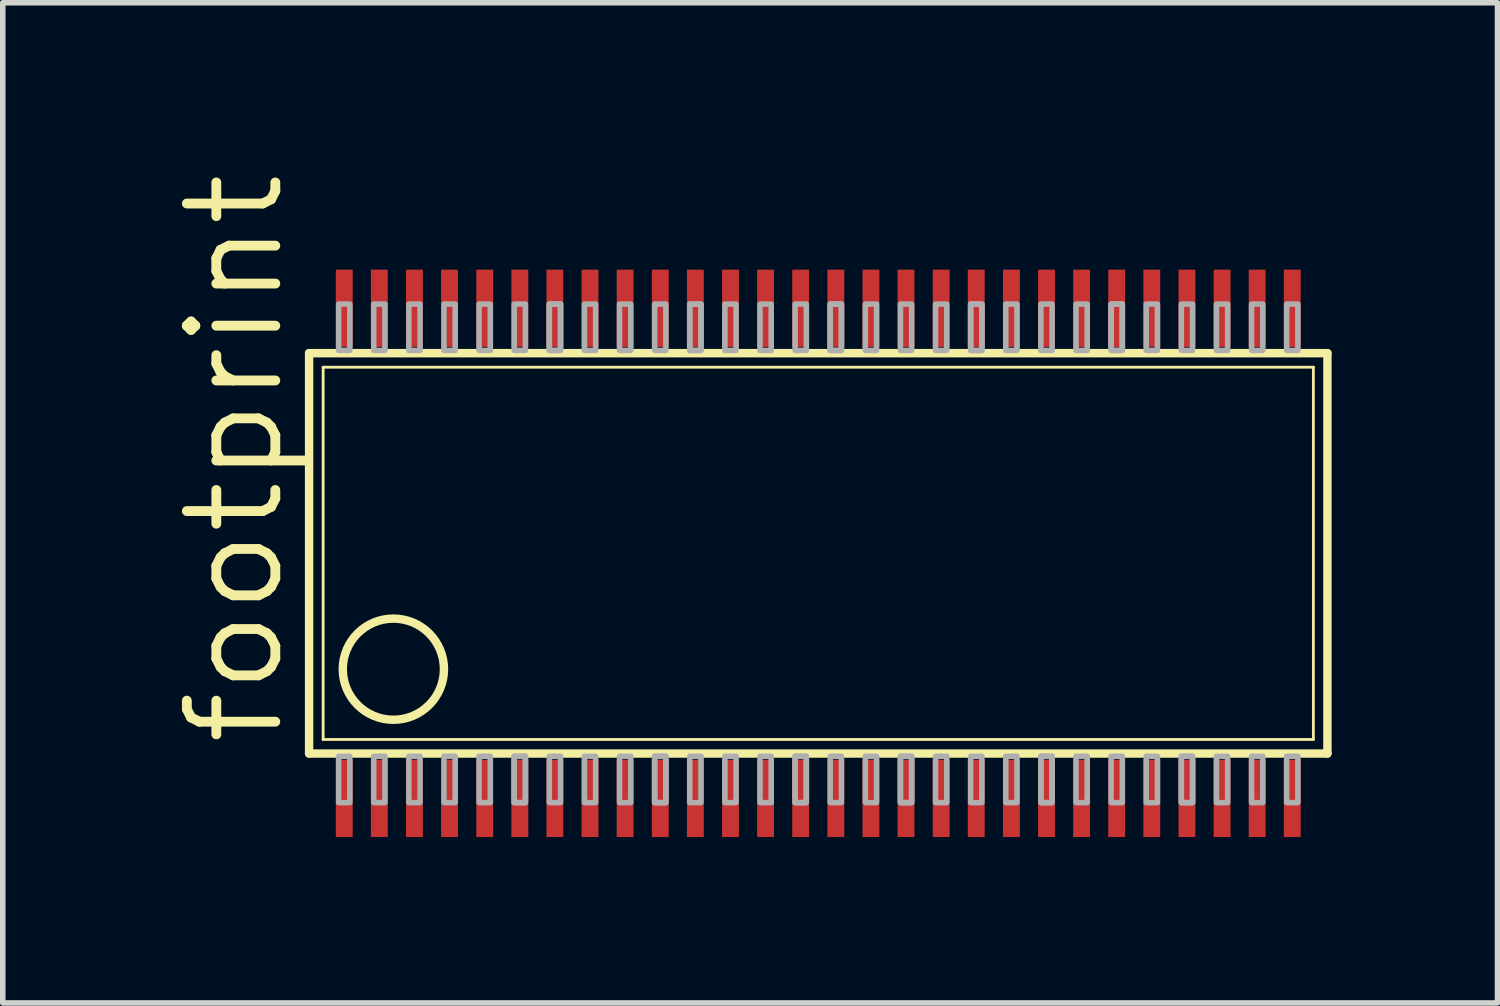
<source format=kicad_pcb>
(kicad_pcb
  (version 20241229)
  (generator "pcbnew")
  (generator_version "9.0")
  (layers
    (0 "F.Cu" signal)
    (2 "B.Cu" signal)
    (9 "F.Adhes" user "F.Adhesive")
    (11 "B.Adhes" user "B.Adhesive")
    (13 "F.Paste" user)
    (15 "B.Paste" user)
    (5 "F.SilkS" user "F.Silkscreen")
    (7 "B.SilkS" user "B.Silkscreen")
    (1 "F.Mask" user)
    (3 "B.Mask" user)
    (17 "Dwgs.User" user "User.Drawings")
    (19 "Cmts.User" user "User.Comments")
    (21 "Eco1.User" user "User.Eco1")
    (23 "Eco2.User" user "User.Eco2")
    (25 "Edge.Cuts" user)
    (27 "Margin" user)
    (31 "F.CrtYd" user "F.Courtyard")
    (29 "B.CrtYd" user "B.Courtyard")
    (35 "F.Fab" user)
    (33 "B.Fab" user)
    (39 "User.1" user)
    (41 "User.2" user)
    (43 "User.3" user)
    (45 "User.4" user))
  (footprint "footprint"
    (layer "F.Cu")
    (at 11.748 6.957)
    (property "Reference" "footprint" (at -9.614 3.543 90) (layer "F.SilkS") (effects (font (size 1.6 1.6) (thickness 0.178)) (justify left bottom)))
    (fp_line (start -9.208 3.62) (end -9.208 -3.62) (stroke (width 0.152) (type solid)) (layer "F.SilkS"))
    (fp_line (start -9.208 3.62) (end 9.208 3.62) (stroke (width 0.152) (type solid)) (layer "F.SilkS"))
    (fp_line (start -8.954 3.366) (end -8.954 -3.366) (stroke (width 0.051) (type solid)) (layer "F.SilkS"))
    (fp_line (start -8.954 3.366) (end 8.954 3.366) (stroke (width 0.051) (type solid)) (layer "F.SilkS"))
    (fp_line (start 8.954 -3.366) (end -8.954 -3.366) (stroke (width 0.051) (type solid)) (layer "F.SilkS"))
    (fp_line (start 8.954 -3.366) (end 8.954 3.366) (stroke (width 0.051) (type solid)) (layer "F.SilkS"))
    (fp_line (start 9.208 -3.62) (end -9.208 -3.62) (stroke (width 0.152) (type solid)) (layer "F.SilkS"))
    (fp_line (start 9.208 3.62) (end 9.208 -3.62) (stroke (width 0.152) (type solid)) (layer "F.SilkS"))
    (fp_circle (center -7.684 2.095) (end -6.769 2.095) (stroke (width 0.152) (type solid)) (fill no) (layer "F.SilkS"))
    (fp_poly (pts (xy -8.674 -3.67) (xy -8.471 -3.67) (xy -8.471 -4.508) (xy -8.674 -4.508)) (stroke (width 0.1) (type solid)) (fill no) (layer "F.Fab"))
    (fp_poly (pts (xy -8.674 4.508) (xy -8.471 4.508) (xy -8.471 3.67) (xy -8.674 3.67)) (stroke (width 0.1) (type solid)) (fill no) (layer "F.Fab"))
    (fp_poly (pts (xy -8.039 -3.67) (xy -7.836 -3.67) (xy -7.836 -4.508) (xy -8.039 -4.508)) (stroke (width 0.1) (type solid)) (fill no) (layer "F.Fab"))
    (fp_poly (pts (xy -8.039 4.508) (xy -7.836 4.508) (xy -7.836 3.67) (xy -8.039 3.67)) (stroke (width 0.1) (type solid)) (fill no) (layer "F.Fab"))
    (fp_poly (pts (xy -7.404 -3.67) (xy -7.201 -3.67) (xy -7.201 -4.508) (xy -7.404 -4.508)) (stroke (width 0.1) (type solid)) (fill no) (layer "F.Fab"))
    (fp_poly (pts (xy -7.404 4.508) (xy -7.201 4.508) (xy -7.201 3.67) (xy -7.404 3.67)) (stroke (width 0.1) (type solid)) (fill no) (layer "F.Fab"))
    (fp_poly (pts (xy -6.769 -3.67) (xy -6.566 -3.67) (xy -6.566 -4.508) (xy -6.769 -4.508)) (stroke (width 0.1) (type solid)) (fill no) (layer "F.Fab"))
    (fp_poly (pts (xy -6.769 4.508) (xy -6.566 4.508) (xy -6.566 3.67) (xy -6.769 3.67)) (stroke (width 0.1) (type solid)) (fill no) (layer "F.Fab"))
    (fp_poly (pts (xy -6.134 -3.67) (xy -5.931 -3.67) (xy -5.931 -4.508) (xy -6.134 -4.508)) (stroke (width 0.1) (type solid)) (fill no) (layer "F.Fab"))
    (fp_poly (pts (xy -6.134 4.508) (xy -5.931 4.508) (xy -5.931 3.67) (xy -6.134 3.67)) (stroke (width 0.1) (type solid)) (fill no) (layer "F.Fab"))
    (fp_poly (pts (xy -5.499 -3.67) (xy -5.296 -3.67) (xy -5.296 -4.508) (xy -5.499 -4.508)) (stroke (width 0.1) (type solid)) (fill no) (layer "F.Fab"))
    (fp_poly (pts (xy -5.499 4.508) (xy -5.296 4.508) (xy -5.296 3.67) (xy -5.499 3.67)) (stroke (width 0.1) (type solid)) (fill no) (layer "F.Fab"))
    (fp_poly (pts (xy -5.499 4.508) (xy -5.296 4.508) (xy -5.296 3.67) (xy -5.499 3.67)) (stroke (width 0.1) (type solid)) (fill no) (layer "F.Fab"))
    (fp_poly (pts (xy -4.864 -3.67) (xy -4.661 -3.67) (xy -4.661 -4.508) (xy -4.864 -4.508)) (stroke (width 0.1) (type solid)) (fill no) (layer "F.Fab"))
    (fp_poly (pts (xy -4.864 -3.67) (xy -4.661 -3.67) (xy -4.661 -4.508) (xy -4.864 -4.508)) (stroke (width 0.1) (type solid)) (fill no) (layer "F.Fab"))
    (fp_poly (pts (xy -4.864 4.508) (xy -4.661 4.508) (xy -4.661 3.67) (xy -4.864 3.67)) (stroke (width 0.1) (type solid)) (fill no) (layer "F.Fab"))
    (fp_poly (pts (xy -4.229 -3.67) (xy -4.026 -3.67) (xy -4.026 -4.508) (xy -4.229 -4.508)) (stroke (width 0.1) (type solid)) (fill no) (layer "F.Fab"))
    (fp_poly (pts (xy -4.229 4.508) (xy -4.026 4.508) (xy -4.026 3.67) (xy -4.229 3.67)) (stroke (width 0.1) (type solid)) (fill no) (layer "F.Fab"))
    (fp_poly (pts (xy -3.594 -3.67) (xy -3.391 -3.67) (xy -3.391 -4.508) (xy -3.594 -4.508)) (stroke (width 0.1) (type solid)) (fill no) (layer "F.Fab"))
    (fp_poly (pts (xy -3.594 4.508) (xy -3.391 4.508) (xy -3.391 3.67) (xy -3.594 3.67)) (stroke (width 0.1) (type solid)) (fill no) (layer "F.Fab"))
    (fp_poly (pts (xy -2.959 -3.67) (xy -2.756 -3.67) (xy -2.756 -4.508) (xy -2.959 -4.508)) (stroke (width 0.1) (type solid)) (fill no) (layer "F.Fab"))
    (fp_poly (pts (xy -2.959 4.508) (xy -2.756 4.508) (xy -2.756 3.67) (xy -2.959 3.67)) (stroke (width 0.1) (type solid)) (fill no) (layer "F.Fab"))
    (fp_poly (pts (xy -2.959 4.508) (xy -2.756 4.508) (xy -2.756 3.67) (xy -2.959 3.67)) (stroke (width 0.1) (type solid)) (fill no) (layer "F.Fab"))
    (fp_poly (pts (xy -2.324 -3.67) (xy -2.121 -3.67) (xy -2.121 -4.508) (xy -2.324 -4.508)) (stroke (width 0.1) (type solid)) (fill no) (layer "F.Fab"))
    (fp_poly (pts (xy -2.324 -3.67) (xy -2.121 -3.67) (xy -2.121 -4.508) (xy -2.324 -4.508)) (stroke (width 0.1) (type solid)) (fill no) (layer "F.Fab"))
    (fp_poly (pts (xy -2.324 4.508) (xy -2.121 4.508) (xy -2.121 3.67) (xy -2.324 3.67)) (stroke (width 0.1) (type solid)) (fill no) (layer "F.Fab"))
    (fp_poly (pts (xy -1.689 -3.67) (xy -1.486 -3.67) (xy -1.486 -4.508) (xy -1.689 -4.508)) (stroke (width 0.1) (type solid)) (fill no) (layer "F.Fab"))
    (fp_poly (pts (xy -1.689 4.508) (xy -1.486 4.508) (xy -1.486 3.67) (xy -1.689 3.67)) (stroke (width 0.1) (type solid)) (fill no) (layer "F.Fab"))
    (fp_poly (pts (xy -1.054 -3.67) (xy -0.851 -3.67) (xy -0.851 -4.508) (xy -1.054 -4.508)) (stroke (width 0.1) (type solid)) (fill no) (layer "F.Fab"))
    (fp_poly (pts (xy -1.054 4.508) (xy -0.851 4.508) (xy -0.851 3.67) (xy -1.054 3.67)) (stroke (width 0.1) (type solid)) (fill no) (layer "F.Fab"))
    (fp_poly (pts (xy -0.419 -3.67) (xy -0.216 -3.67) (xy -0.216 -4.508) (xy -0.419 -4.508)) (stroke (width 0.1) (type solid)) (fill no) (layer "F.Fab"))
    (fp_poly (pts (xy -0.419 4.508) (xy -0.216 4.508) (xy -0.216 3.67) (xy -0.419 3.67)) (stroke (width 0.1) (type solid)) (fill no) (layer "F.Fab"))
    (fp_poly (pts (xy -0.419 4.508) (xy -0.216 4.508) (xy -0.216 3.67) (xy -0.419 3.67)) (stroke (width 0.1) (type solid)) (fill no) (layer "F.Fab"))
    (fp_poly (pts (xy 0.216 -3.67) (xy 0.419 -3.67) (xy 0.419 -4.508) (xy 0.216 -4.508)) (stroke (width 0.1) (type solid)) (fill no) (layer "F.Fab"))
    (fp_poly (pts (xy 0.216 -3.67) (xy 0.419 -3.67) (xy 0.419 -4.508) (xy 0.216 -4.508)) (stroke (width 0.1) (type solid)) (fill no) (layer "F.Fab"))
    (fp_poly (pts (xy 0.216 4.508) (xy 0.419 4.508) (xy 0.419 3.67) (xy 0.216 3.67)) (stroke (width 0.1) (type solid)) (fill no) (layer "F.Fab"))
    (fp_poly (pts (xy 0.851 -3.67) (xy 1.054 -3.67) (xy 1.054 -4.508) (xy 0.851 -4.508)) (stroke (width 0.1) (type solid)) (fill no) (layer "F.Fab"))
    (fp_poly (pts (xy 0.851 4.508) (xy 1.054 4.508) (xy 1.054 3.67) (xy 0.851 3.67)) (stroke (width 0.1) (type solid)) (fill no) (layer "F.Fab"))
    (fp_poly (pts (xy 1.486 -3.67) (xy 1.689 -3.67) (xy 1.689 -4.508) (xy 1.486 -4.508)) (stroke (width 0.1) (type solid)) (fill no) (layer "F.Fab"))
    (fp_poly (pts (xy 1.486 4.508) (xy 1.689 4.508) (xy 1.689 3.67) (xy 1.486 3.67)) (stroke (width 0.1) (type solid)) (fill no) (layer "F.Fab"))
    (fp_poly (pts (xy 1.486 4.508) (xy 1.689 4.508) (xy 1.689 3.67) (xy 1.486 3.67)) (stroke (width 0.1) (type solid)) (fill no) (layer "F.Fab"))
    (fp_poly (pts (xy 2.121 -3.67) (xy 2.324 -3.67) (xy 2.324 -4.508) (xy 2.121 -4.508)) (stroke (width 0.1) (type solid)) (fill no) (layer "F.Fab"))
    (fp_poly (pts (xy 2.121 4.508) (xy 2.324 4.508) (xy 2.324 3.67) (xy 2.121 3.67)) (stroke (width 0.1) (type solid)) (fill no) (layer "F.Fab"))
    (fp_poly (pts (xy 2.756 -3.67) (xy 2.959 -3.67) (xy 2.959 -4.508) (xy 2.756 -4.508)) (stroke (width 0.1) (type solid)) (fill no) (layer "F.Fab"))
    (fp_poly (pts (xy 2.756 -3.67) (xy 2.959 -3.67) (xy 2.959 -4.508) (xy 2.756 -4.508)) (stroke (width 0.1) (type solid)) (fill no) (layer "F.Fab"))
    (fp_poly (pts (xy 2.756 4.508) (xy 2.959 4.508) (xy 2.959 3.67) (xy 2.756 3.67)) (stroke (width 0.1) (type solid)) (fill no) (layer "F.Fab"))
    (fp_poly (pts (xy 3.391 -3.67) (xy 3.594 -3.67) (xy 3.594 -4.508) (xy 3.391 -4.508)) (stroke (width 0.1) (type solid)) (fill no) (layer "F.Fab"))
    (fp_poly (pts (xy 3.391 4.508) (xy 3.594 4.508) (xy 3.594 3.67) (xy 3.391 3.67)) (stroke (width 0.1) (type solid)) (fill no) (layer "F.Fab"))
    (fp_poly (pts (xy 4.026 -3.67) (xy 4.229 -3.67) (xy 4.229 -4.508) (xy 4.026 -4.508)) (stroke (width 0.1) (type solid)) (fill no) (layer "F.Fab"))
    (fp_poly (pts (xy 4.026 4.508) (xy 4.229 4.508) (xy 4.229 3.67) (xy 4.026 3.67)) (stroke (width 0.1) (type solid)) (fill no) (layer "F.Fab"))
    (fp_poly (pts (xy 4.026 4.508) (xy 4.229 4.508) (xy 4.229 3.67) (xy 4.026 3.67)) (stroke (width 0.1) (type solid)) (fill no) (layer "F.Fab"))
    (fp_poly (pts (xy 4.661 -3.67) (xy 4.864 -3.67) (xy 4.864 -4.508) (xy 4.661 -4.508)) (stroke (width 0.1) (type solid)) (fill no) (layer "F.Fab"))
    (fp_poly (pts (xy 4.661 4.508) (xy 4.864 4.508) (xy 4.864 3.67) (xy 4.661 3.67)) (stroke (width 0.1) (type solid)) (fill no) (layer "F.Fab"))
    (fp_poly (pts (xy 5.296 -3.67) (xy 5.499 -3.67) (xy 5.499 -4.508) (xy 5.296 -4.508)) (stroke (width 0.1) (type solid)) (fill no) (layer "F.Fab"))
    (fp_poly (pts (xy 5.296 -3.67) (xy 5.499 -3.67) (xy 5.499 -4.508) (xy 5.296 -4.508)) (stroke (width 0.1) (type solid)) (fill no) (layer "F.Fab"))
    (fp_poly (pts (xy 5.296 4.508) (xy 5.499 4.508) (xy 5.499 3.67) (xy 5.296 3.67)) (stroke (width 0.1) (type solid)) (fill no) (layer "F.Fab"))
    (fp_poly (pts (xy 5.931 -3.67) (xy 6.134 -3.67) (xy 6.134 -4.508) (xy 5.931 -4.508)) (stroke (width 0.1) (type solid)) (fill no) (layer "F.Fab"))
    (fp_poly (pts (xy 5.931 4.508) (xy 6.134 4.508) (xy 6.134 3.67) (xy 5.931 3.67)) (stroke (width 0.1) (type solid)) (fill no) (layer "F.Fab"))
    (fp_poly (pts (xy 6.566 -3.67) (xy 6.769 -3.67) (xy 6.769 -4.508) (xy 6.566 -4.508)) (stroke (width 0.1) (type solid)) (fill no) (layer "F.Fab"))
    (fp_poly (pts (xy 6.566 4.508) (xy 6.769 4.508) (xy 6.769 3.67) (xy 6.566 3.67)) (stroke (width 0.1) (type solid)) (fill no) (layer "F.Fab"))
    (fp_poly (pts (xy 6.566 4.508) (xy 6.769 4.508) (xy 6.769 3.67) (xy 6.566 3.67)) (stroke (width 0.1) (type solid)) (fill no) (layer "F.Fab"))
    (fp_poly (pts (xy 7.201 -3.67) (xy 7.404 -3.67) (xy 7.404 -4.508) (xy 7.201 -4.508)) (stroke (width 0.1) (type solid)) (fill no) (layer "F.Fab"))
    (fp_poly (pts (xy 7.201 4.508) (xy 7.404 4.508) (xy 7.404 3.67) (xy 7.201 3.67)) (stroke (width 0.1) (type solid)) (fill no) (layer "F.Fab"))
    (fp_poly (pts (xy 7.836 -3.67) (xy 8.039 -3.67) (xy 8.039 -4.508) (xy 7.836 -4.508)) (stroke (width 0.1) (type solid)) (fill no) (layer "F.Fab"))
    (fp_poly (pts (xy 7.836 4.508) (xy 8.039 4.508) (xy 8.039 3.67) (xy 7.836 3.67)) (stroke (width 0.1) (type solid)) (fill no) (layer "F.Fab"))
    (fp_poly (pts (xy 8.471 -3.67) (xy 8.674 -3.67) (xy 8.674 -4.508) (xy 8.471 -4.508)) (stroke (width 0.1) (type solid)) (fill no) (layer "F.Fab"))
    (fp_poly (pts (xy 8.471 4.508) (xy 8.674 4.508) (xy 8.674 3.67) (xy 8.471 3.67)) (stroke (width 0.1) (type solid)) (fill no) (layer "F.Fab"))
    (pad "1" smd rect (at -8.572 4.432) (size 0.305 1.397) (layers "F.Cu" "F.Mask" "F.Paste"))
    (pad "2" smd rect (at -7.938 4.432) (size 0.305 1.397) (layers "F.Cu" "F.Mask" "F.Paste"))
    (pad "3" smd rect (at -7.303 4.432) (size 0.305 1.397) (layers "F.Cu" "F.Mask" "F.Paste"))
    (pad "4" smd rect (at -6.668 4.432) (size 0.305 1.397) (layers "F.Cu" "F.Mask" "F.Paste"))
    (pad "5" smd rect (at -6.032 4.432) (size 0.305 1.397) (layers "F.Cu" "F.Mask" "F.Paste"))
    (pad "6" smd rect (at -5.397 4.432) (size 0.305 1.397) (layers "F.Cu" "F.Mask" "F.Paste"))
    (pad "7" smd rect (at -4.763 4.432) (size 0.305 1.397) (layers "F.Cu" "F.Mask" "F.Paste"))
    (pad "8" smd rect (at -4.128 4.432) (size 0.305 1.397) (layers "F.Cu" "F.Mask" "F.Paste"))
    (pad "9" smd rect (at -3.493 4.432) (size 0.305 1.397) (layers "F.Cu" "F.Mask" "F.Paste"))
    (pad "10" smd rect (at -2.857 4.432) (size 0.305 1.397) (layers "F.Cu" "F.Mask" "F.Paste"))
    (pad "11" smd rect (at -2.223 4.432) (size 0.305 1.397) (layers "F.Cu" "F.Mask" "F.Paste"))
    (pad "12" smd rect (at -1.587 4.432) (size 0.305 1.397) (layers "F.Cu" "F.Mask" "F.Paste"))
    (pad "13" smd rect (at -0.953 4.432) (size 0.305 1.397) (layers "F.Cu" "F.Mask" "F.Paste"))
    (pad "14" smd rect (at -0.318 4.432) (size 0.305 1.397) (layers "F.Cu" "F.Mask" "F.Paste"))
    (pad "15" smd rect (at 0.318 4.432) (size 0.305 1.397) (layers "F.Cu" "F.Mask" "F.Paste"))
    (pad "16" smd rect (at 0.953 4.432) (size 0.305 1.397) (layers "F.Cu" "F.Mask" "F.Paste"))
    (pad "17" smd rect (at 1.587 4.432) (size 0.305 1.397) (layers "F.Cu" "F.Mask" "F.Paste"))
    (pad "18" smd rect (at 2.223 4.432) (size 0.305 1.397) (layers "F.Cu" "F.Mask" "F.Paste"))
    (pad "19" smd rect (at 2.857 4.432) (size 0.305 1.397) (layers "F.Cu" "F.Mask" "F.Paste"))
    (pad "20" smd rect (at 3.493 4.432) (size 0.305 1.397) (layers "F.Cu" "F.Mask" "F.Paste"))
    (pad "21" smd rect (at 4.128 4.432) (size 0.305 1.397) (layers "F.Cu" "F.Mask" "F.Paste"))
    (pad "22" smd rect (at 4.763 4.432) (size 0.305 1.397) (layers "F.Cu" "F.Mask" "F.Paste"))
    (pad "23" smd rect (at 5.397 4.432) (size 0.305 1.397) (layers "F.Cu" "F.Mask" "F.Paste"))
    (pad "24" smd rect (at 6.032 4.432) (size 0.305 1.397) (layers "F.Cu" "F.Mask" "F.Paste"))
    (pad "25" smd rect (at 6.668 4.432) (size 0.305 1.397) (layers "F.Cu" "F.Mask" "F.Paste"))
    (pad "26" smd rect (at 7.303 4.432) (size 0.305 1.397) (layers "F.Cu" "F.Mask" "F.Paste"))
    (pad "27" smd rect (at 7.938 4.432) (size 0.305 1.397) (layers "F.Cu" "F.Mask" "F.Paste"))
    (pad "28" smd rect (at 8.572 4.432) (size 0.305 1.397) (layers "F.Cu" "F.Mask" "F.Paste"))
    (pad "29" smd rect (at 8.572 -4.432) (size 0.305 1.397) (layers "F.Cu" "F.Mask" "F.Paste"))
    (pad "30" smd rect (at 7.938 -4.432) (size 0.305 1.397) (layers "F.Cu" "F.Mask" "F.Paste"))
    (pad "31" smd rect (at 7.303 -4.432) (size 0.305 1.397) (layers "F.Cu" "F.Mask" "F.Paste"))
    (pad "32" smd rect (at 6.668 -4.432) (size 0.305 1.397) (layers "F.Cu" "F.Mask" "F.Paste"))
    (pad "33" smd rect (at 6.032 -4.432) (size 0.305 1.397) (layers "F.Cu" "F.Mask" "F.Paste"))
    (pad "34" smd rect (at 5.397 -4.432) (size 0.305 1.397) (layers "F.Cu" "F.Mask" "F.Paste"))
    (pad "35" smd rect (at 4.763 -4.432) (size 0.305 1.397) (layers "F.Cu" "F.Mask" "F.Paste"))
    (pad "36" smd rect (at 4.128 -4.432) (size 0.305 1.397) (layers "F.Cu" "F.Mask" "F.Paste"))
    (pad "37" smd rect (at 3.493 -4.432) (size 0.305 1.397) (layers "F.Cu" "F.Mask" "F.Paste"))
    (pad "38" smd rect (at 2.857 -4.432) (size 0.305 1.397) (layers "F.Cu" "F.Mask" "F.Paste"))
    (pad "39" smd rect (at 2.223 -4.432) (size 0.305 1.397) (layers "F.Cu" "F.Mask" "F.Paste"))
    (pad "40" smd rect (at 1.587 -4.432) (size 0.305 1.397) (layers "F.Cu" "F.Mask" "F.Paste"))
    (pad "41" smd rect (at 0.953 -4.432) (size 0.305 1.397) (layers "F.Cu" "F.Mask" "F.Paste"))
    (pad "42" smd rect (at 0.318 -4.432) (size 0.305 1.397) (layers "F.Cu" "F.Mask" "F.Paste"))
    (pad "43" smd rect (at -0.318 -4.432) (size 0.305 1.397) (layers "F.Cu" "F.Mask" "F.Paste"))
    (pad "44" smd rect (at -0.953 -4.432) (size 0.305 1.397) (layers "F.Cu" "F.Mask" "F.Paste"))
    (pad "45" smd rect (at -1.587 -4.432) (size 0.305 1.397) (layers "F.Cu" "F.Mask" "F.Paste"))
    (pad "46" smd rect (at -2.223 -4.432) (size 0.305 1.397) (layers "F.Cu" "F.Mask" "F.Paste"))
    (pad "47" smd rect (at -2.857 -4.432) (size 0.305 1.397) (layers "F.Cu" "F.Mask" "F.Paste"))
    (pad "48" smd rect (at -3.493 -4.432) (size 0.305 1.397) (layers "F.Cu" "F.Mask" "F.Paste"))
    (pad "49" smd rect (at -4.128 -4.432) (size 0.305 1.397) (layers "F.Cu" "F.Mask" "F.Paste"))
    (pad "50" smd rect (at -4.763 -4.432) (size 0.305 1.397) (layers "F.Cu" "F.Mask" "F.Paste"))
    (pad "51" smd rect (at -5.397 -4.432) (size 0.305 1.397) (layers "F.Cu" "F.Mask" "F.Paste"))
    (pad "52" smd rect (at -6.032 -4.432) (size 0.305 1.397) (layers "F.Cu" "F.Mask" "F.Paste"))
    (pad "53" smd rect (at -6.668 -4.432) (size 0.305 1.397) (layers "F.Cu" "F.Mask" "F.Paste"))
    (pad "54" smd rect (at -7.303 -4.432) (size 0.305 1.397) (layers "F.Cu" "F.Mask" "F.Paste"))
    (pad "55" smd rect (at -7.938 -4.432) (size 0.305 1.397) (layers "F.Cu" "F.Mask" "F.Paste"))
    (pad "56" smd rect (at -8.572 -4.432) (size 0.305 1.397) (layers "F.Cu" "F.Mask" "F.Paste")))
  (gr_rect
    (start -3 -3)
    (end 24.032 15.088)
    (stroke (width 0.1) (type default))
    (fill no)
    (layer "Edge.Cuts")))
</source>
